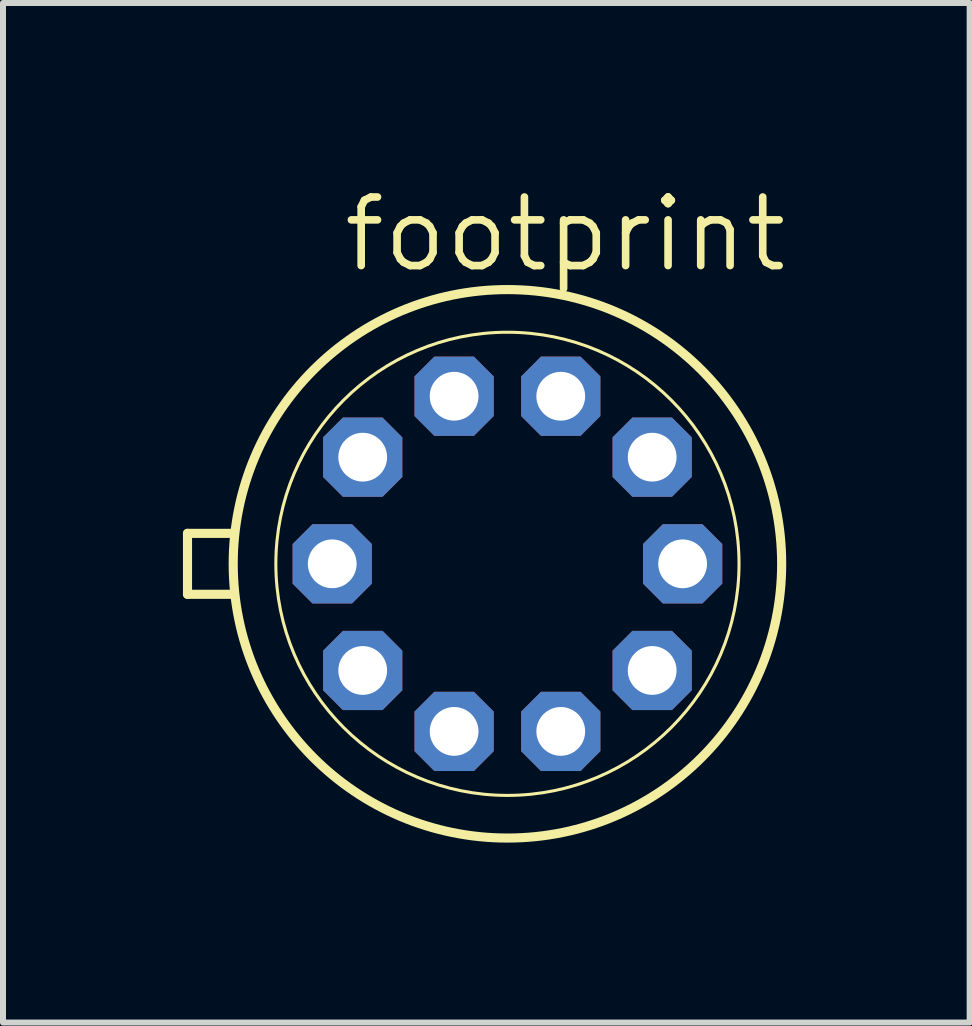
<source format=kicad_pcb>
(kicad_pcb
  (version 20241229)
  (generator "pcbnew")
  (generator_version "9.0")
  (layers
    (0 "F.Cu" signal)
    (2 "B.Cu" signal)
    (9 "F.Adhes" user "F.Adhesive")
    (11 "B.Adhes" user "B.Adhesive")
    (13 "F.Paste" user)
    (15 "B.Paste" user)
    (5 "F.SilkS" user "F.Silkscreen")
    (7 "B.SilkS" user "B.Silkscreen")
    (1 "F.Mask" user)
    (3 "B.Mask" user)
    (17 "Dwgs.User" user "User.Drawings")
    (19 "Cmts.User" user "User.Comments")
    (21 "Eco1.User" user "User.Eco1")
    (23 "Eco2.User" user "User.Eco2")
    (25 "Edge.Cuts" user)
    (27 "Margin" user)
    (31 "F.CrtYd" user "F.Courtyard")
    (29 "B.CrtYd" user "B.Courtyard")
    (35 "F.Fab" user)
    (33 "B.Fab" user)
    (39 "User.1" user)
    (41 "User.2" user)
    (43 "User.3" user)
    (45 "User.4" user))
  (footprint "footprint"
    (layer "F.Cu")
    (at 5.41 6.35)
    (property "Reference" "footprint" (at -2.794 -4.826 0) (layer "F.SilkS") (effects (font (size 1.143 1.143) (thickness 0.127)) (justify left bottom)))
    (fp_line (start -5.334 0.508) (end -5.334 -0.508) (stroke (width 0.152) (type solid)) (layer "F.SilkS"))
    (fp_line (start -5.334 0.508) (end -4.572 0.508) (stroke (width 0.152) (type solid)) (layer "F.SilkS"))
    (fp_line (start -4.572 -0.508) (end -5.334 -0.508) (stroke (width 0.152) (type solid)) (layer "F.SilkS"))
    (fp_circle (center 0 0) (end 3.861 0) (stroke (width 0.051) (type solid)) (fill no) (layer "F.SilkS"))
    (fp_circle (center 0 0) (end 4.572 0) (stroke (width 0.152) (type solid)) (fill no) (layer "F.SilkS"))
    (pad "1" thru_hole roundrect (at -2.413 1.778) (size 1.321 1.321) (drill 0.813) (layers "*.Cu" "*.Mask") (roundrect_rratio 0.25) (chamfer_ratio 0.25) (chamfer top_left top_right bottom_left bottom_right))
    (pad "2" thru_hole roundrect (at -0.889 2.794) (size 1.321 1.321) (drill 0.813) (layers "*.Cu" "*.Mask") (roundrect_rratio 0.25) (chamfer_ratio 0.25) (chamfer top_left top_right bottom_left bottom_right))
    (pad "3" thru_hole roundrect (at 0.889 2.794) (size 1.321 1.321) (drill 0.813) (layers "*.Cu" "*.Mask") (roundrect_rratio 0.25) (chamfer_ratio 0.25) (chamfer top_left top_right bottom_left bottom_right))
    (pad "4" thru_hole roundrect (at 2.413 1.778) (size 1.321 1.321) (drill 0.813) (layers "*.Cu" "*.Mask") (roundrect_rratio 0.25) (chamfer_ratio 0.25) (chamfer top_left top_right bottom_left bottom_right))
    (pad "5" thru_hole roundrect (at 2.921 0) (size 1.321 1.321) (drill 0.813) (layers "*.Cu" "*.Mask") (roundrect_rratio 0.25) (chamfer_ratio 0.25) (chamfer top_left top_right bottom_left bottom_right))
    (pad "6" thru_hole roundrect (at 2.413 -1.778) (size 1.321 1.321) (drill 0.813) (layers "*.Cu" "*.Mask") (roundrect_rratio 0.25) (chamfer_ratio 0.25) (chamfer top_left top_right bottom_left bottom_right))
    (pad "7" thru_hole roundrect (at 0.889 -2.794) (size 1.321 1.321) (drill 0.813) (layers "*.Cu" "*.Mask") (roundrect_rratio 0.25) (chamfer_ratio 0.25) (chamfer top_left top_right bottom_left bottom_right))
    (pad "8" thru_hole roundrect (at -0.889 -2.794) (size 1.321 1.321) (drill 0.813) (layers "*.Cu" "*.Mask") (roundrect_rratio 0.25) (chamfer_ratio 0.25) (chamfer top_left top_right bottom_left bottom_right))
    (pad "9" thru_hole roundrect (at -2.413 -1.778) (size 1.321 1.321) (drill 0.813) (layers "*.Cu" "*.Mask") (roundrect_rratio 0.25) (chamfer_ratio 0.25) (chamfer top_left top_right bottom_left bottom_right))
    (pad "10" thru_hole roundrect (at -2.921 0) (size 1.321 1.321) (drill 0.813) (layers "*.Cu" "*.Mask") (roundrect_rratio 0.25) (chamfer_ratio 0.25) (chamfer top_left top_right bottom_left bottom_right)))
  (gr_rect
    (start -3 -3)
    (end 13.116 13.998)
    (stroke (width 0.1) (type default))
    (fill no)
    (layer "Edge.Cuts")))
</source>
